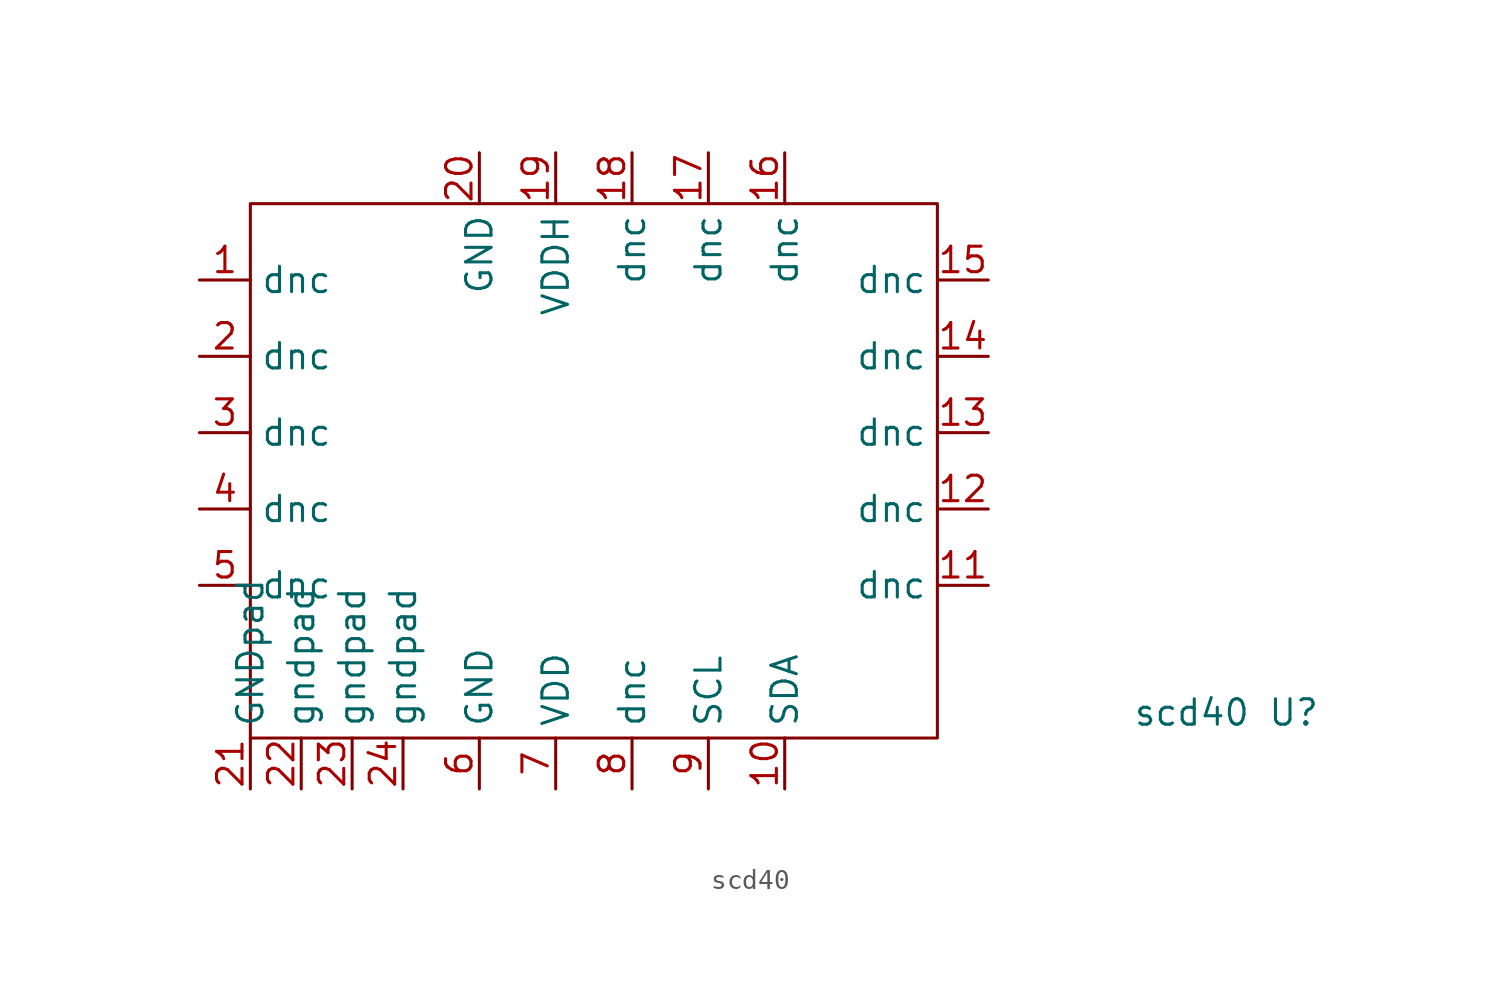
<source format=kicad_sym>
(kicad_symbol_lib
  (version 20211014)
  (generator kicad_symbol_editor)
  (symbol "scd40"
    (property "Reference" "U"
      (at 5.08 0 0)
      (effects (font (size 1.27 1.27))))
    (property "Value" "scd40"
      (at 0 0 0)
      (effects (font (size 1.27 1.27))))
    (symbol "scd40_0_1"
      (rectangle (start -46.99 25.4) (end -12.7 -1.27) (stroke (width 0) (type default) (color 0 0 0 0)) (fill (type none))))
    (symbol "scd40_1_1"
      (pin input line (at -49.53 21.59 0) (length 2.54) (name "dnc" (effects (font (size 1.27 1.27)))) (number "1" (effects (font (size 1.27 1.27)))))
      (pin input line (at -20.32 -3.81 90) (length 2.54) (name "SDA" (effects (font (size 1.27 1.27)))) (number "10" (effects (font (size 1.27 1.27)))))
      (pin input line (at -10.16 6.35 180) (length 2.54) (name "dnc" (effects (font (size 1.27 1.27)))) (number "11" (effects (font (size 1.27 1.27)))))
      (pin input line (at -10.16 10.16 180) (length 2.54) (name "dnc" (effects (font (size 1.27 1.27)))) (number "12" (effects (font (size 1.27 1.27)))))
      (pin input line (at -10.16 13.97 180) (length 2.54) (name "dnc" (effects (font (size 1.27 1.27)))) (number "13" (effects (font (size 1.27 1.27)))))
      (pin input line (at -10.16 17.78 180) (length 2.54) (name "dnc" (effects (font (size 1.27 1.27)))) (number "14" (effects (font (size 1.27 1.27)))))
      (pin input line (at -10.16 21.59 180) (length 2.54) (name "dnc" (effects (font (size 1.27 1.27)))) (number "15" (effects (font (size 1.27 1.27)))))
      (pin input line (at -20.32 27.94 270) (length 2.54) (name "dnc" (effects (font (size 1.27 1.27)))) (number "16" (effects (font (size 1.27 1.27)))))
      (pin input line (at -24.13 27.94 270) (length 2.54) (name "dnc" (effects (font (size 1.27 1.27)))) (number "17" (effects (font (size 1.27 1.27)))))
      (pin input line (at -27.94 27.94 270) (length 2.54) (name "dnc" (effects (font (size 1.27 1.27)))) (number "18" (effects (font (size 1.27 1.27)))))
      (pin input line (at -31.75 27.94 270) (length 2.54) (name "VDDH" (effects (font (size 1.27 1.27)))) (number "19" (effects (font (size 1.27 1.27)))))
      (pin input line (at -49.53 17.78 0) (length 2.54) (name "dnc" (effects (font (size 1.27 1.27)))) (number "2" (effects (font (size 1.27 1.27)))))
      (pin input line (at -35.56 27.94 270) (length 2.54) (name "GND" (effects (font (size 1.27 1.27)))) (number "20" (effects (font (size 1.27 1.27)))))
      (pin input line (at -46.99 -3.81 90) (length 2.54) (name "GNDpad" (effects (font (size 1.27 1.27)))) (number "21" (effects (font (size 1.27 1.27)))))
      (pin input line (at -44.45 -3.81 90) (length 2.54) (name "gndpad" (effects (font (size 1.27 1.27)))) (number "22" (effects (font (size 1.27 1.27)))))
      (pin input line (at -41.91 -3.81 90) (length 2.54) (name "gndpad" (effects (font (size 1.27 1.27)))) (number "23" (effects (font (size 1.27 1.27)))))
      (pin input line (at -39.37 -3.81 90) (length 2.54) (name "gndpad" (effects (font (size 1.27 1.27)))) (number "24" (effects (font (size 1.27 1.27)))))
      (pin input line (at -49.53 13.97 0) (length 2.54) (name "dnc" (effects (font (size 1.27 1.27)))) (number "3" (effects (font (size 1.27 1.27)))))
      (pin input line (at -49.53 10.16 0) (length 2.54) (name "dnc" (effects (font (size 1.27 1.27)))) (number "4" (effects (font (size 1.27 1.27)))))
      (pin input line (at -49.53 6.35 0) (length 2.54) (name "dnc" (effects (font (size 1.27 1.27)))) (number "5" (effects (font (size 1.27 1.27)))))
      (pin input line (at -35.56 -3.81 90) (length 2.54) (name "GND" (effects (font (size 1.27 1.27)))) (number "6" (effects (font (size 1.27 1.27)))))
      (pin input line (at -31.75 -3.81 90) (length 2.54) (name "VDD" (effects (font (size 1.27 1.27)))) (number "7" (effects (font (size 1.27 1.27)))))
      (pin input line (at -27.94 -3.81 90) (length 2.54) (name "dnc" (effects (font (size 1.27 1.27)))) (number "8" (effects (font (size 1.27 1.27)))))
      (pin input line (at -24.13 -3.81 90) (length 2.54) (name "SCL" (effects (font (size 1.27 1.27)))) (number "9" (effects (font (size 1.27 1.27))))))))
</source>
